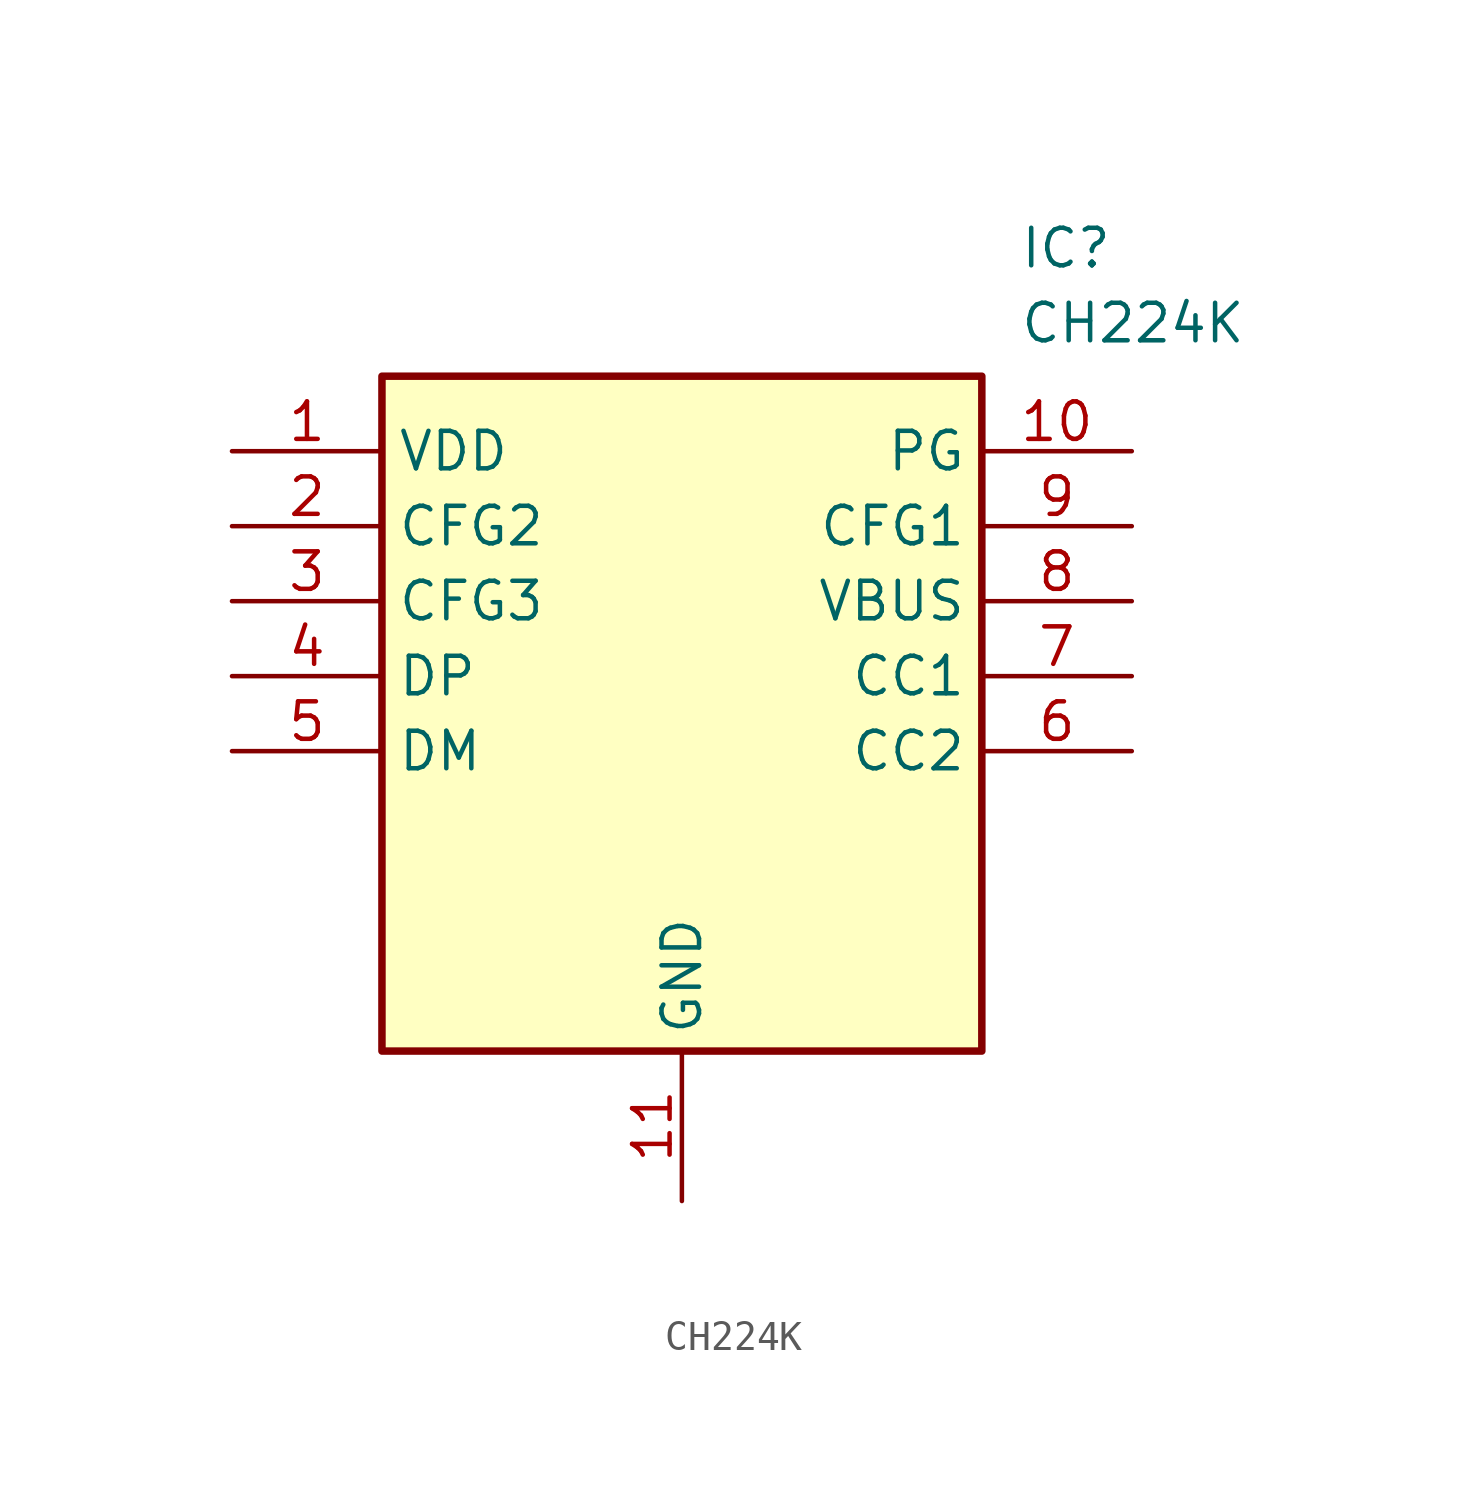
<source format=kicad_sym>
(kicad_symbol_lib
  (version 20241209)
  (generator "kicad_symbol_editor")
  (generator_version "9.0")
  (symbol "CH224K"
    (property "Reference" "IC"
      (at 26.67 7.62 0)
      (effects (font (size 1.27 1.27)) (justify left top)))
    (property "Value" "CH224K"
      (at 26.67 5.08 0)
      (effects (font (size 1.27 1.27)) (justify left top)))
    (symbol "CH224K_1_1"
      (rectangle (start 5.08 2.54) (end 25.4 -20.32) (stroke (width 0.254) (type default)) (fill (type background)))
      (pin passive line (at 0 0 0) (length 5.08) (name "VDD" (effects (font (size 1.27 1.27)))) (number "1" (effects (font (size 1.27 1.27)))))
      (pin passive line (at 0 -2.54 0) (length 5.08) (name "CFG2" (effects (font (size 1.27 1.27)))) (number "2" (effects (font (size 1.27 1.27)))))
      (pin passive line (at 0 -5.08 0) (length 5.08) (name "CFG3" (effects (font (size 1.27 1.27)))) (number "3" (effects (font (size 1.27 1.27)))))
      (pin passive line (at 0 -7.62 0) (length 5.08) (name "DP" (effects (font (size 1.27 1.27)))) (number "4" (effects (font (size 1.27 1.27)))))
      (pin passive line (at 0 -10.16 0) (length 5.08) (name "DM" (effects (font (size 1.27 1.27)))) (number "5" (effects (font (size 1.27 1.27)))))
      (pin passive line (at 15.24 -25.4 90) (length 5.08) (name "GND" (effects (font (size 1.27 1.27)))) (number "11" (effects (font (size 1.27 1.27)))))
      (pin passive line (at 30.48 0 180) (length 5.08) (name "PG" (effects (font (size 1.27 1.27)))) (number "10" (effects (font (size 1.27 1.27)))))
      (pin passive line (at 30.48 -2.54 180) (length 5.08) (name "CFG1" (effects (font (size 1.27 1.27)))) (number "9" (effects (font (size 1.27 1.27)))))
      (pin passive line (at 30.48 -5.08 180) (length 5.08) (name "VBUS" (effects (font (size 1.27 1.27)))) (number "8" (effects (font (size 1.27 1.27)))))
      (pin passive line (at 30.48 -7.62 180) (length 5.08) (name "CC1" (effects (font (size 1.27 1.27)))) (number "7" (effects (font (size 1.27 1.27)))))
      (pin passive line (at 30.48 -10.16 180) (length 5.08) (name "CC2" (effects (font (size 1.27 1.27)))) (number "6" (effects (font (size 1.27 1.27))))))))
</source>
